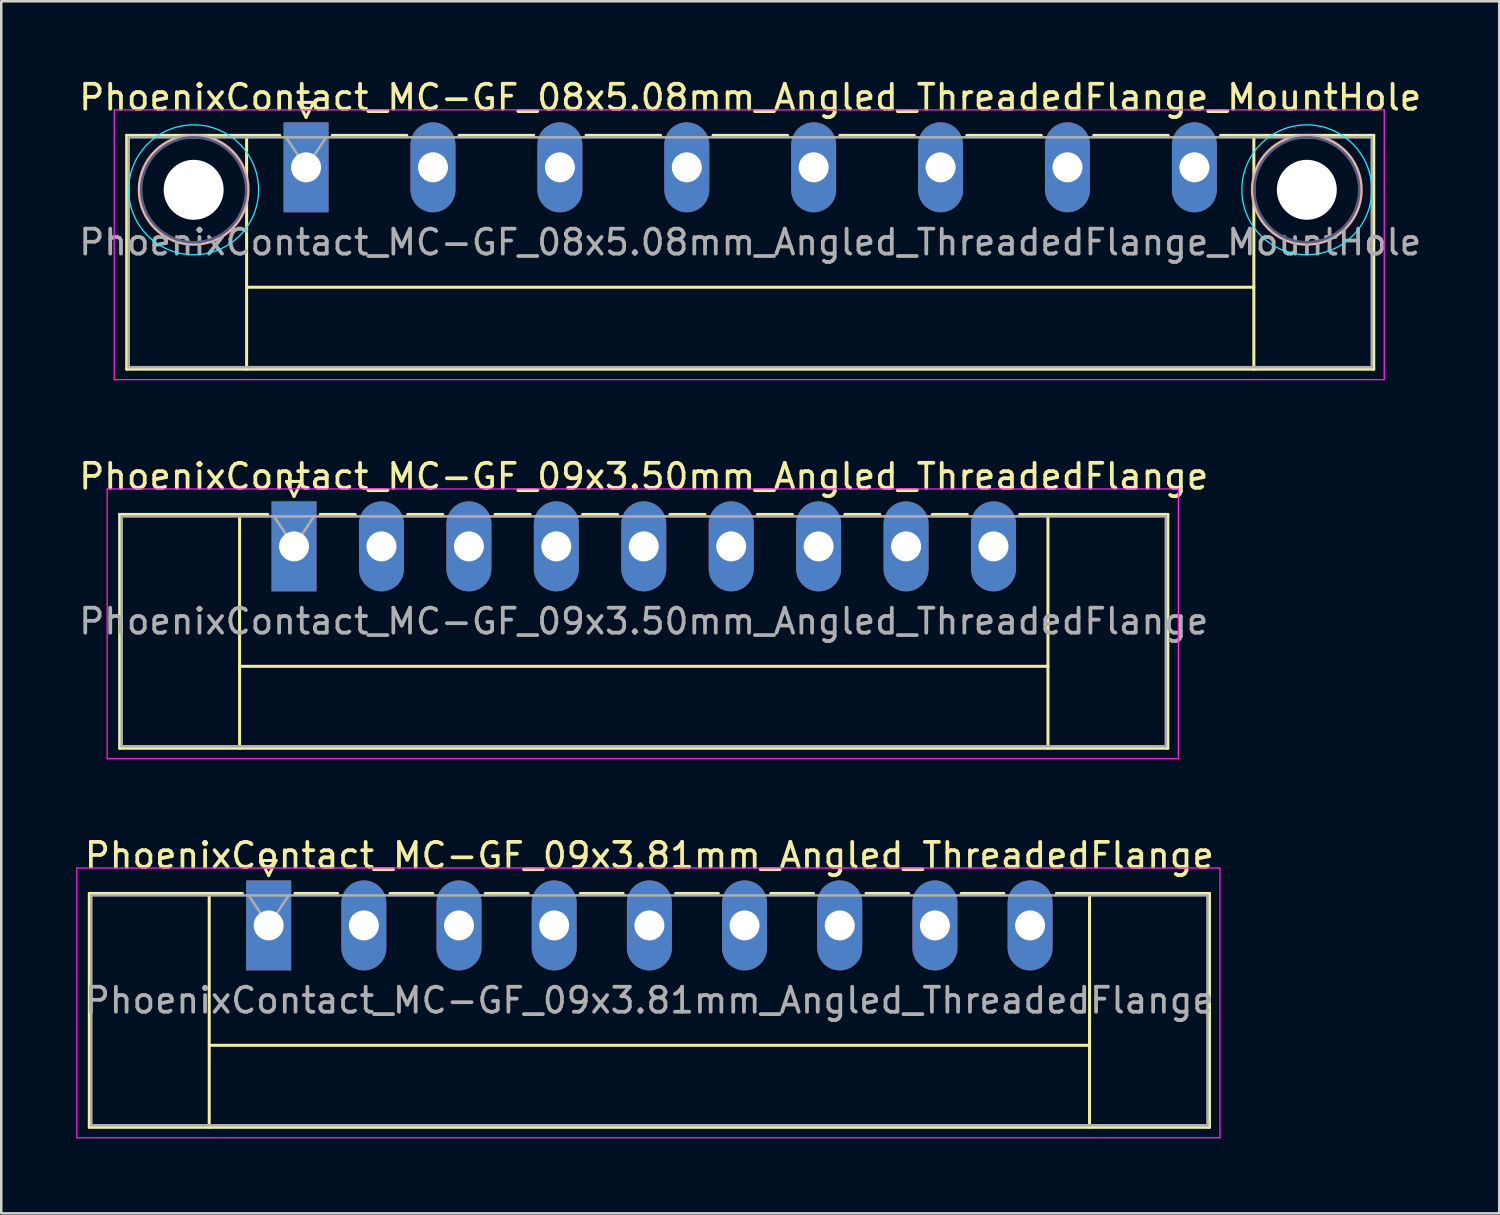
<source format=kicad_pcb>
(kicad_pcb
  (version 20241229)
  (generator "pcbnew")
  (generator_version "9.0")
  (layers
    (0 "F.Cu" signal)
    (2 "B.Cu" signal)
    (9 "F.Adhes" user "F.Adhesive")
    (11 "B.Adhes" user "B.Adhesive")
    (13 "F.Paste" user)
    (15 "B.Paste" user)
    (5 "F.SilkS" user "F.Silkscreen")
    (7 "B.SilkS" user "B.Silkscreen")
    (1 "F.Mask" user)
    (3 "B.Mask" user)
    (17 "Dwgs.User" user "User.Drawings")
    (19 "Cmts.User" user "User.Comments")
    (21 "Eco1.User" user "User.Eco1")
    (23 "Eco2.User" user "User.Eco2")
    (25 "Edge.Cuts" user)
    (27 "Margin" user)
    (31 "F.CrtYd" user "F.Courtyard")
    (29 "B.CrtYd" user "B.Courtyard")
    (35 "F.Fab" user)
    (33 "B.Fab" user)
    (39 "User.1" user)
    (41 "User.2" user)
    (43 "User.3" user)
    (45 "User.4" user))
  (footprint "PhoenixContact_MC-GF_08x5.08mm_Angled_ThreadedFlange_MountHole"
    (layer "F.Cu")
    (at 9.202 3.648)
    (property "Reference" "PhoenixContact_MC-GF_08x5.08mm_Angled_ThreadedFlange_MountHole" (at 17.78 -2.8 0) (layer "F.SilkS") (effects (font (size 1 1) (thickness 0.15))))
    (attr through_hole)
    (fp_line (start -7.18 -1.28) (end -7.18 8.08) (stroke (width 0.12) (type solid)) (layer "F.SilkS"))
    (fp_line (start -7.18 -1.28) (end -1.05 -1.28) (stroke (width 0.12) (type solid)) (layer "F.SilkS"))
    (fp_line (start -7.18 8.08) (end 42.74 8.08) (stroke (width 0.12) (type solid)) (layer "F.SilkS"))
    (fp_line (start -2.38 -1.28) (end -2.38 8.08) (stroke (width 0.12) (type solid)) (layer "F.SilkS"))
    (fp_line (start -2.38 4.8) (end 37.94 4.8) (stroke (width 0.12) (type solid)) (layer "F.SilkS"))
    (fp_line (start -0.3 -2.6) (end 0.3 -2.6) (stroke (width 0.12) (type solid)) (layer "F.SilkS"))
    (fp_line (start 0 -2) (end -0.3 -2.6) (stroke (width 0.12) (type solid)) (layer "F.SilkS"))
    (fp_line (start 0.3 -2.6) (end 0 -2) (stroke (width 0.12) (type solid)) (layer "F.SilkS"))
    (fp_line (start 1.05 -1.28) (end 4.03 -1.28) (stroke (width 0.12) (type solid)) (layer "F.SilkS"))
    (fp_line (start 6.13 -1.28) (end 9.11 -1.28) (stroke (width 0.12) (type solid)) (layer "F.SilkS"))
    (fp_line (start 11.21 -1.28) (end 14.19 -1.28) (stroke (width 0.12) (type solid)) (layer "F.SilkS"))
    (fp_line (start 16.29 -1.28) (end 19.27 -1.28) (stroke (width 0.12) (type solid)) (layer "F.SilkS"))
    (fp_line (start 21.37 -1.28) (end 24.35 -1.28) (stroke (width 0.12) (type solid)) (layer "F.SilkS"))
    (fp_line (start 26.45 -1.28) (end 29.43 -1.28) (stroke (width 0.12) (type solid)) (layer "F.SilkS"))
    (fp_line (start 31.53 -1.28) (end 34.51 -1.28) (stroke (width 0.12) (type solid)) (layer "F.SilkS"))
    (fp_line (start 37.94 -1.28) (end 37.94 8.08) (stroke (width 0.12) (type solid)) (layer "F.SilkS"))
    (fp_line (start 42.74 -1.28) (end 36.61 -1.28) (stroke (width 0.12) (type solid)) (layer "F.SilkS"))
    (fp_line (start 42.74 8.08) (end 42.74 -1.28) (stroke (width 0.12) (type solid)) (layer "F.SilkS"))
    (fp_circle (center -4.5 0.9) (end -2.32 0.9) (stroke (width 0.12) (type solid)) (fill no) (layer "B.SilkS"))
    (fp_circle (center 40.06 0.9) (end 42.24 0.9) (stroke (width 0.12) (type solid)) (fill no) (layer "B.SilkS"))
    (fp_circle (center -4.5 0.9) (end -1.9 0.9) (stroke (width 0.05) (type solid)) (fill no) (layer "B.CrtYd"))
    (fp_circle (center 40.06 0.9) (end 42.66 0.9) (stroke (width 0.05) (type solid)) (fill no) (layer "B.CrtYd"))
    (fp_line (start -7.68 -2.3) (end -7.68 8.5) (stroke (width 0.05) (type solid)) (layer "F.CrtYd"))
    (fp_line (start -7.68 8.5) (end 43.16 8.5) (stroke (width 0.05) (type solid)) (layer "F.CrtYd"))
    (fp_line (start 43.16 -2.3) (end -7.68 -2.3) (stroke (width 0.05) (type solid)) (layer "F.CrtYd"))
    (fp_line (start 43.16 8.5) (end 43.16 -2.3) (stroke (width 0.05) (type solid)) (layer "F.CrtYd"))
    (fp_circle (center -4.5 0.9) (end -2.4 0.9) (stroke (width 0.1) (type solid)) (fill no) (layer "B.Fab"))
    (fp_circle (center 40.06 0.9) (end 42.16 0.9) (stroke (width 0.1) (type solid)) (fill no) (layer "B.Fab"))
    (fp_line (start -7.1 -1.2) (end -7.1 8) (stroke (width 0.1) (type solid)) (layer "F.Fab"))
    (fp_line (start -7.1 8) (end 42.66 8) (stroke (width 0.1) (type solid)) (layer "F.Fab"))
    (fp_line (start 0 0) (end -0.8 -1.2) (stroke (width 0.1) (type solid)) (layer "F.Fab"))
    (fp_line (start 0.8 -1.2) (end 0 0) (stroke (width 0.1) (type solid)) (layer "F.Fab"))
    (fp_line (start 42.66 -1.2) (end -7.1 -1.2) (stroke (width 0.1) (type solid)) (layer "F.Fab"))
    (fp_line (start 42.66 8) (end 42.66 -1.2) (stroke (width 0.1) (type solid)) (layer "F.Fab"))
    (fp_text user "${REFERENCE}" (at 17.78 3 0) (layer "F.Fab") (effects (font (size 1 1) (thickness 0.15))))
    (pad "" np_thru_hole circle (at -4.5 0.9) (size 2.4 2.4) (drill 2.4) (layers "*.Cu" "*.Mask"))
    (pad "" np_thru_hole circle (at 40.06 0.9) (size 2.4 2.4) (drill 2.4) (layers "*.Cu" "*.Mask"))
    (pad "1" thru_hole rect (at 0 0) (size 1.8 3.6) (drill 1.2) (layers "*.Cu" "*.Mask"))
    (pad "2" thru_hole oval (at 5.08 0) (size 1.8 3.6) (drill 1.2) (layers "*.Cu" "*.Mask"))
    (pad "3" thru_hole oval (at 10.16 0) (size 1.8 3.6) (drill 1.2) (layers "*.Cu" "*.Mask"))
    (pad "4" thru_hole oval (at 15.24 0) (size 1.8 3.6) (drill 1.2) (layers "*.Cu" "*.Mask"))
    (pad "5" thru_hole oval (at 20.32 0) (size 1.8 3.6) (drill 1.2) (layers "*.Cu" "*.Mask"))
    (pad "6" thru_hole oval (at 25.4 0) (size 1.8 3.6) (drill 1.2) (layers "*.Cu" "*.Mask"))
    (pad "7" thru_hole oval (at 30.48 0) (size 1.8 3.6) (drill 1.2) (layers "*.Cu" "*.Mask"))
    (pad "8" thru_hole oval (at 35.56 0) (size 1.8 3.6) (drill 1.2) (layers "*.Cu" "*.Mask")))
  (footprint "PhoenixContact_MC-GF_09x3.50mm_Angled_ThreadedFlange"
    (layer "F.Cu")
    (at 8.72 18.822)
    (property "Reference" "PhoenixContact_MC-GF_09x3.50mm_Angled_ThreadedFlange" (at 14 -2.8 0) (layer "F.SilkS") (effects (font (size 1 1) (thickness 0.15))))
    (attr through_hole)
    (fp_line (start -6.98 -1.28) (end -6.98 8.08) (stroke (width 0.12) (type solid)) (layer "F.SilkS"))
    (fp_line (start -6.98 -1.28) (end -1.05 -1.28) (stroke (width 0.12) (type solid)) (layer "F.SilkS"))
    (fp_line (start -6.98 8.08) (end 34.98 8.08) (stroke (width 0.12) (type solid)) (layer "F.SilkS"))
    (fp_line (start -2.18 -1.28) (end -2.18 8.08) (stroke (width 0.12) (type solid)) (layer "F.SilkS"))
    (fp_line (start -2.18 4.8) (end 30.18 4.8) (stroke (width 0.12) (type solid)) (layer "F.SilkS"))
    (fp_line (start -0.3 -2.6) (end 0.3 -2.6) (stroke (width 0.12) (type solid)) (layer "F.SilkS"))
    (fp_line (start 0 -2) (end -0.3 -2.6) (stroke (width 0.12) (type solid)) (layer "F.SilkS"))
    (fp_line (start 0.3 -2.6) (end 0 -2) (stroke (width 0.12) (type solid)) (layer "F.SilkS"))
    (fp_line (start 1.05 -1.28) (end 2.45 -1.28) (stroke (width 0.12) (type solid)) (layer "F.SilkS"))
    (fp_line (start 4.55 -1.28) (end 5.95 -1.28) (stroke (width 0.12) (type solid)) (layer "F.SilkS"))
    (fp_line (start 8.05 -1.28) (end 9.45 -1.28) (stroke (width 0.12) (type solid)) (layer "F.SilkS"))
    (fp_line (start 11.55 -1.28) (end 12.95 -1.28) (stroke (width 0.12) (type solid)) (layer "F.SilkS"))
    (fp_line (start 15.05 -1.28) (end 16.45 -1.28) (stroke (width 0.12) (type solid)) (layer "F.SilkS"))
    (fp_line (start 18.55 -1.28) (end 19.95 -1.28) (stroke (width 0.12) (type solid)) (layer "F.SilkS"))
    (fp_line (start 22.05 -1.28) (end 23.45 -1.28) (stroke (width 0.12) (type solid)) (layer "F.SilkS"))
    (fp_line (start 25.55 -1.28) (end 26.95 -1.28) (stroke (width 0.12) (type solid)) (layer "F.SilkS"))
    (fp_line (start 30.18 -1.28) (end 30.18 8.08) (stroke (width 0.12) (type solid)) (layer "F.SilkS"))
    (fp_line (start 34.98 -1.28) (end 29.05 -1.28) (stroke (width 0.12) (type solid)) (layer "F.SilkS"))
    (fp_line (start 34.98 8.08) (end 34.98 -1.28) (stroke (width 0.12) (type solid)) (layer "F.SilkS"))
    (fp_line (start -7.48 -2.3) (end -7.48 8.5) (stroke (width 0.05) (type solid)) (layer "F.CrtYd"))
    (fp_line (start -7.48 8.5) (end 35.4 8.5) (stroke (width 0.05) (type solid)) (layer "F.CrtYd"))
    (fp_line (start 35.4 -2.3) (end -7.48 -2.3) (stroke (width 0.05) (type solid)) (layer "F.CrtYd"))
    (fp_line (start 35.4 8.5) (end 35.4 -2.3) (stroke (width 0.05) (type solid)) (layer "F.CrtYd"))
    (fp_line (start -6.9 -1.2) (end -6.9 8) (stroke (width 0.1) (type solid)) (layer "F.Fab"))
    (fp_line (start -6.9 8) (end 34.9 8) (stroke (width 0.1) (type solid)) (layer "F.Fab"))
    (fp_line (start 0 0) (end -0.8 -1.2) (stroke (width 0.1) (type solid)) (layer "F.Fab"))
    (fp_line (start 0.8 -1.2) (end 0 0) (stroke (width 0.1) (type solid)) (layer "F.Fab"))
    (fp_line (start 34.9 -1.2) (end -6.9 -1.2) (stroke (width 0.1) (type solid)) (layer "F.Fab"))
    (fp_line (start 34.9 8) (end 34.9 -1.2) (stroke (width 0.1) (type solid)) (layer "F.Fab"))
    (fp_text user "${REFERENCE}" (at 14 3 0) (layer "F.Fab") (effects (font (size 1 1) (thickness 0.15))))
    (pad "1" thru_hole rect (at 0 0) (size 1.8 3.6) (drill 1.2) (layers "*.Cu" "*.Mask"))
    (pad "2" thru_hole oval (at 3.5 0) (size 1.8 3.6) (drill 1.2) (layers "*.Cu" "*.Mask"))
    (pad "3" thru_hole oval (at 7 0) (size 1.8 3.6) (drill 1.2) (layers "*.Cu" "*.Mask"))
    (pad "4" thru_hole oval (at 10.5 0) (size 1.8 3.6) (drill 1.2) (layers "*.Cu" "*.Mask"))
    (pad "5" thru_hole oval (at 14 0) (size 1.8 3.6) (drill 1.2) (layers "*.Cu" "*.Mask"))
    (pad "6" thru_hole oval (at 17.5 0) (size 1.8 3.6) (drill 1.2) (layers "*.Cu" "*.Mask"))
    (pad "7" thru_hole oval (at 21 0) (size 1.8 3.6) (drill 1.2) (layers "*.Cu" "*.Mask"))
    (pad "8" thru_hole oval (at 24.5 0) (size 1.8 3.6) (drill 1.2) (layers "*.Cu" "*.Mask"))
    (pad "9" thru_hole oval (at 28 0) (size 1.8 3.6) (drill 1.2) (layers "*.Cu" "*.Mask")))
  (footprint "PhoenixContact_MC-GF_09x3.81mm_Angled_ThreadedFlange"
    (layer "F.Cu")
    (at 7.705 33.995)
    (property "Reference" "PhoenixContact_MC-GF_09x3.81mm_Angled_ThreadedFlange" (at 15.24 -2.8 0) (layer "F.SilkS") (effects (font (size 1 1) (thickness 0.15))))
    (attr through_hole)
    (fp_line (start -7.18 -1.28) (end -7.18 8.08) (stroke (width 0.12) (type solid)) (layer "F.SilkS"))
    (fp_line (start -7.18 -1.28) (end -1.05 -1.28) (stroke (width 0.12) (type solid)) (layer "F.SilkS"))
    (fp_line (start -7.18 8.08) (end 37.66 8.08) (stroke (width 0.12) (type solid)) (layer "F.SilkS"))
    (fp_line (start -2.38 -1.28) (end -2.38 8.08) (stroke (width 0.12) (type solid)) (layer "F.SilkS"))
    (fp_line (start -2.38 4.8) (end 32.86 4.8) (stroke (width 0.12) (type solid)) (layer "F.SilkS"))
    (fp_line (start -0.3 -2.6) (end 0.3 -2.6) (stroke (width 0.12) (type solid)) (layer "F.SilkS"))
    (fp_line (start 0 -2) (end -0.3 -2.6) (stroke (width 0.12) (type solid)) (layer "F.SilkS"))
    (fp_line (start 0.3 -2.6) (end 0 -2) (stroke (width 0.12) (type solid)) (layer "F.SilkS"))
    (fp_line (start 1.05 -1.28) (end 2.76 -1.28) (stroke (width 0.12) (type solid)) (layer "F.SilkS"))
    (fp_line (start 4.86 -1.28) (end 6.57 -1.28) (stroke (width 0.12) (type solid)) (layer "F.SilkS"))
    (fp_line (start 8.67 -1.28) (end 10.38 -1.28) (stroke (width 0.12) (type solid)) (layer "F.SilkS"))
    (fp_line (start 12.48 -1.28) (end 14.19 -1.28) (stroke (width 0.12) (type solid)) (layer "F.SilkS"))
    (fp_line (start 16.29 -1.28) (end 18 -1.28) (stroke (width 0.12) (type solid)) (layer "F.SilkS"))
    (fp_line (start 20.1 -1.28) (end 21.81 -1.28) (stroke (width 0.12) (type solid)) (layer "F.SilkS"))
    (fp_line (start 23.91 -1.28) (end 25.62 -1.28) (stroke (width 0.12) (type solid)) (layer "F.SilkS"))
    (fp_line (start 27.72 -1.28) (end 29.43 -1.28) (stroke (width 0.12) (type solid)) (layer "F.SilkS"))
    (fp_line (start 32.86 -1.28) (end 32.86 8.08) (stroke (width 0.12) (type solid)) (layer "F.SilkS"))
    (fp_line (start 37.66 -1.28) (end 31.53 -1.28) (stroke (width 0.12) (type solid)) (layer "F.SilkS"))
    (fp_line (start 37.66 8.08) (end 37.66 -1.28) (stroke (width 0.12) (type solid)) (layer "F.SilkS"))
    (fp_line (start -7.68 -2.3) (end -7.68 8.5) (stroke (width 0.05) (type solid)) (layer "F.CrtYd"))
    (fp_line (start -7.68 8.5) (end 38.08 8.5) (stroke (width 0.05) (type solid)) (layer "F.CrtYd"))
    (fp_line (start 38.08 -2.3) (end -7.68 -2.3) (stroke (width 0.05) (type solid)) (layer "F.CrtYd"))
    (fp_line (start 38.08 8.5) (end 38.08 -2.3) (stroke (width 0.05) (type solid)) (layer "F.CrtYd"))
    (fp_line (start -7.1 -1.2) (end -7.1 8) (stroke (width 0.1) (type solid)) (layer "F.Fab"))
    (fp_line (start -7.1 8) (end 37.58 8) (stroke (width 0.1) (type solid)) (layer "F.Fab"))
    (fp_line (start 0 0) (end -0.8 -1.2) (stroke (width 0.1) (type solid)) (layer "F.Fab"))
    (fp_line (start 0.8 -1.2) (end 0 0) (stroke (width 0.1) (type solid)) (layer "F.Fab"))
    (fp_line (start 37.58 -1.2) (end -7.1 -1.2) (stroke (width 0.1) (type solid)) (layer "F.Fab"))
    (fp_line (start 37.58 8) (end 37.58 -1.2) (stroke (width 0.1) (type solid)) (layer "F.Fab"))
    (fp_text user "${REFERENCE}" (at 15.24 3 0) (layer "F.Fab") (effects (font (size 1 1) (thickness 0.15))))
    (pad "1" thru_hole rect (at 0 0) (size 1.8 3.6) (drill 1.2) (layers "*.Cu" "*.Mask"))
    (pad "2" thru_hole oval (at 3.81 0) (size 1.8 3.6) (drill 1.2) (layers "*.Cu" "*.Mask"))
    (pad "3" thru_hole oval (at 7.62 0) (size 1.8 3.6) (drill 1.2) (layers "*.Cu" "*.Mask"))
    (pad "4" thru_hole oval (at 11.43 0) (size 1.8 3.6) (drill 1.2) (layers "*.Cu" "*.Mask"))
    (pad "5" thru_hole oval (at 15.24 0) (size 1.8 3.6) (drill 1.2) (layers "*.Cu" "*.Mask"))
    (pad "6" thru_hole oval (at 19.05 0) (size 1.8 3.6) (drill 1.2) (layers "*.Cu" "*.Mask"))
    (pad "7" thru_hole oval (at 22.86 0) (size 1.8 3.6) (drill 1.2) (layers "*.Cu" "*.Mask"))
    (pad "8" thru_hole oval (at 26.67 0) (size 1.8 3.6) (drill 1.2) (layers "*.Cu" "*.Mask"))
    (pad "9" thru_hole oval (at 30.48 0) (size 1.8 3.6) (drill 1.2) (layers "*.Cu" "*.Mask")))
  (gr_rect
    (start -3 -3)
    (end 56.964 45.52)
    (stroke (width 0.1) (type default))
    (fill no)
    (layer "Edge.Cuts")))
</source>
